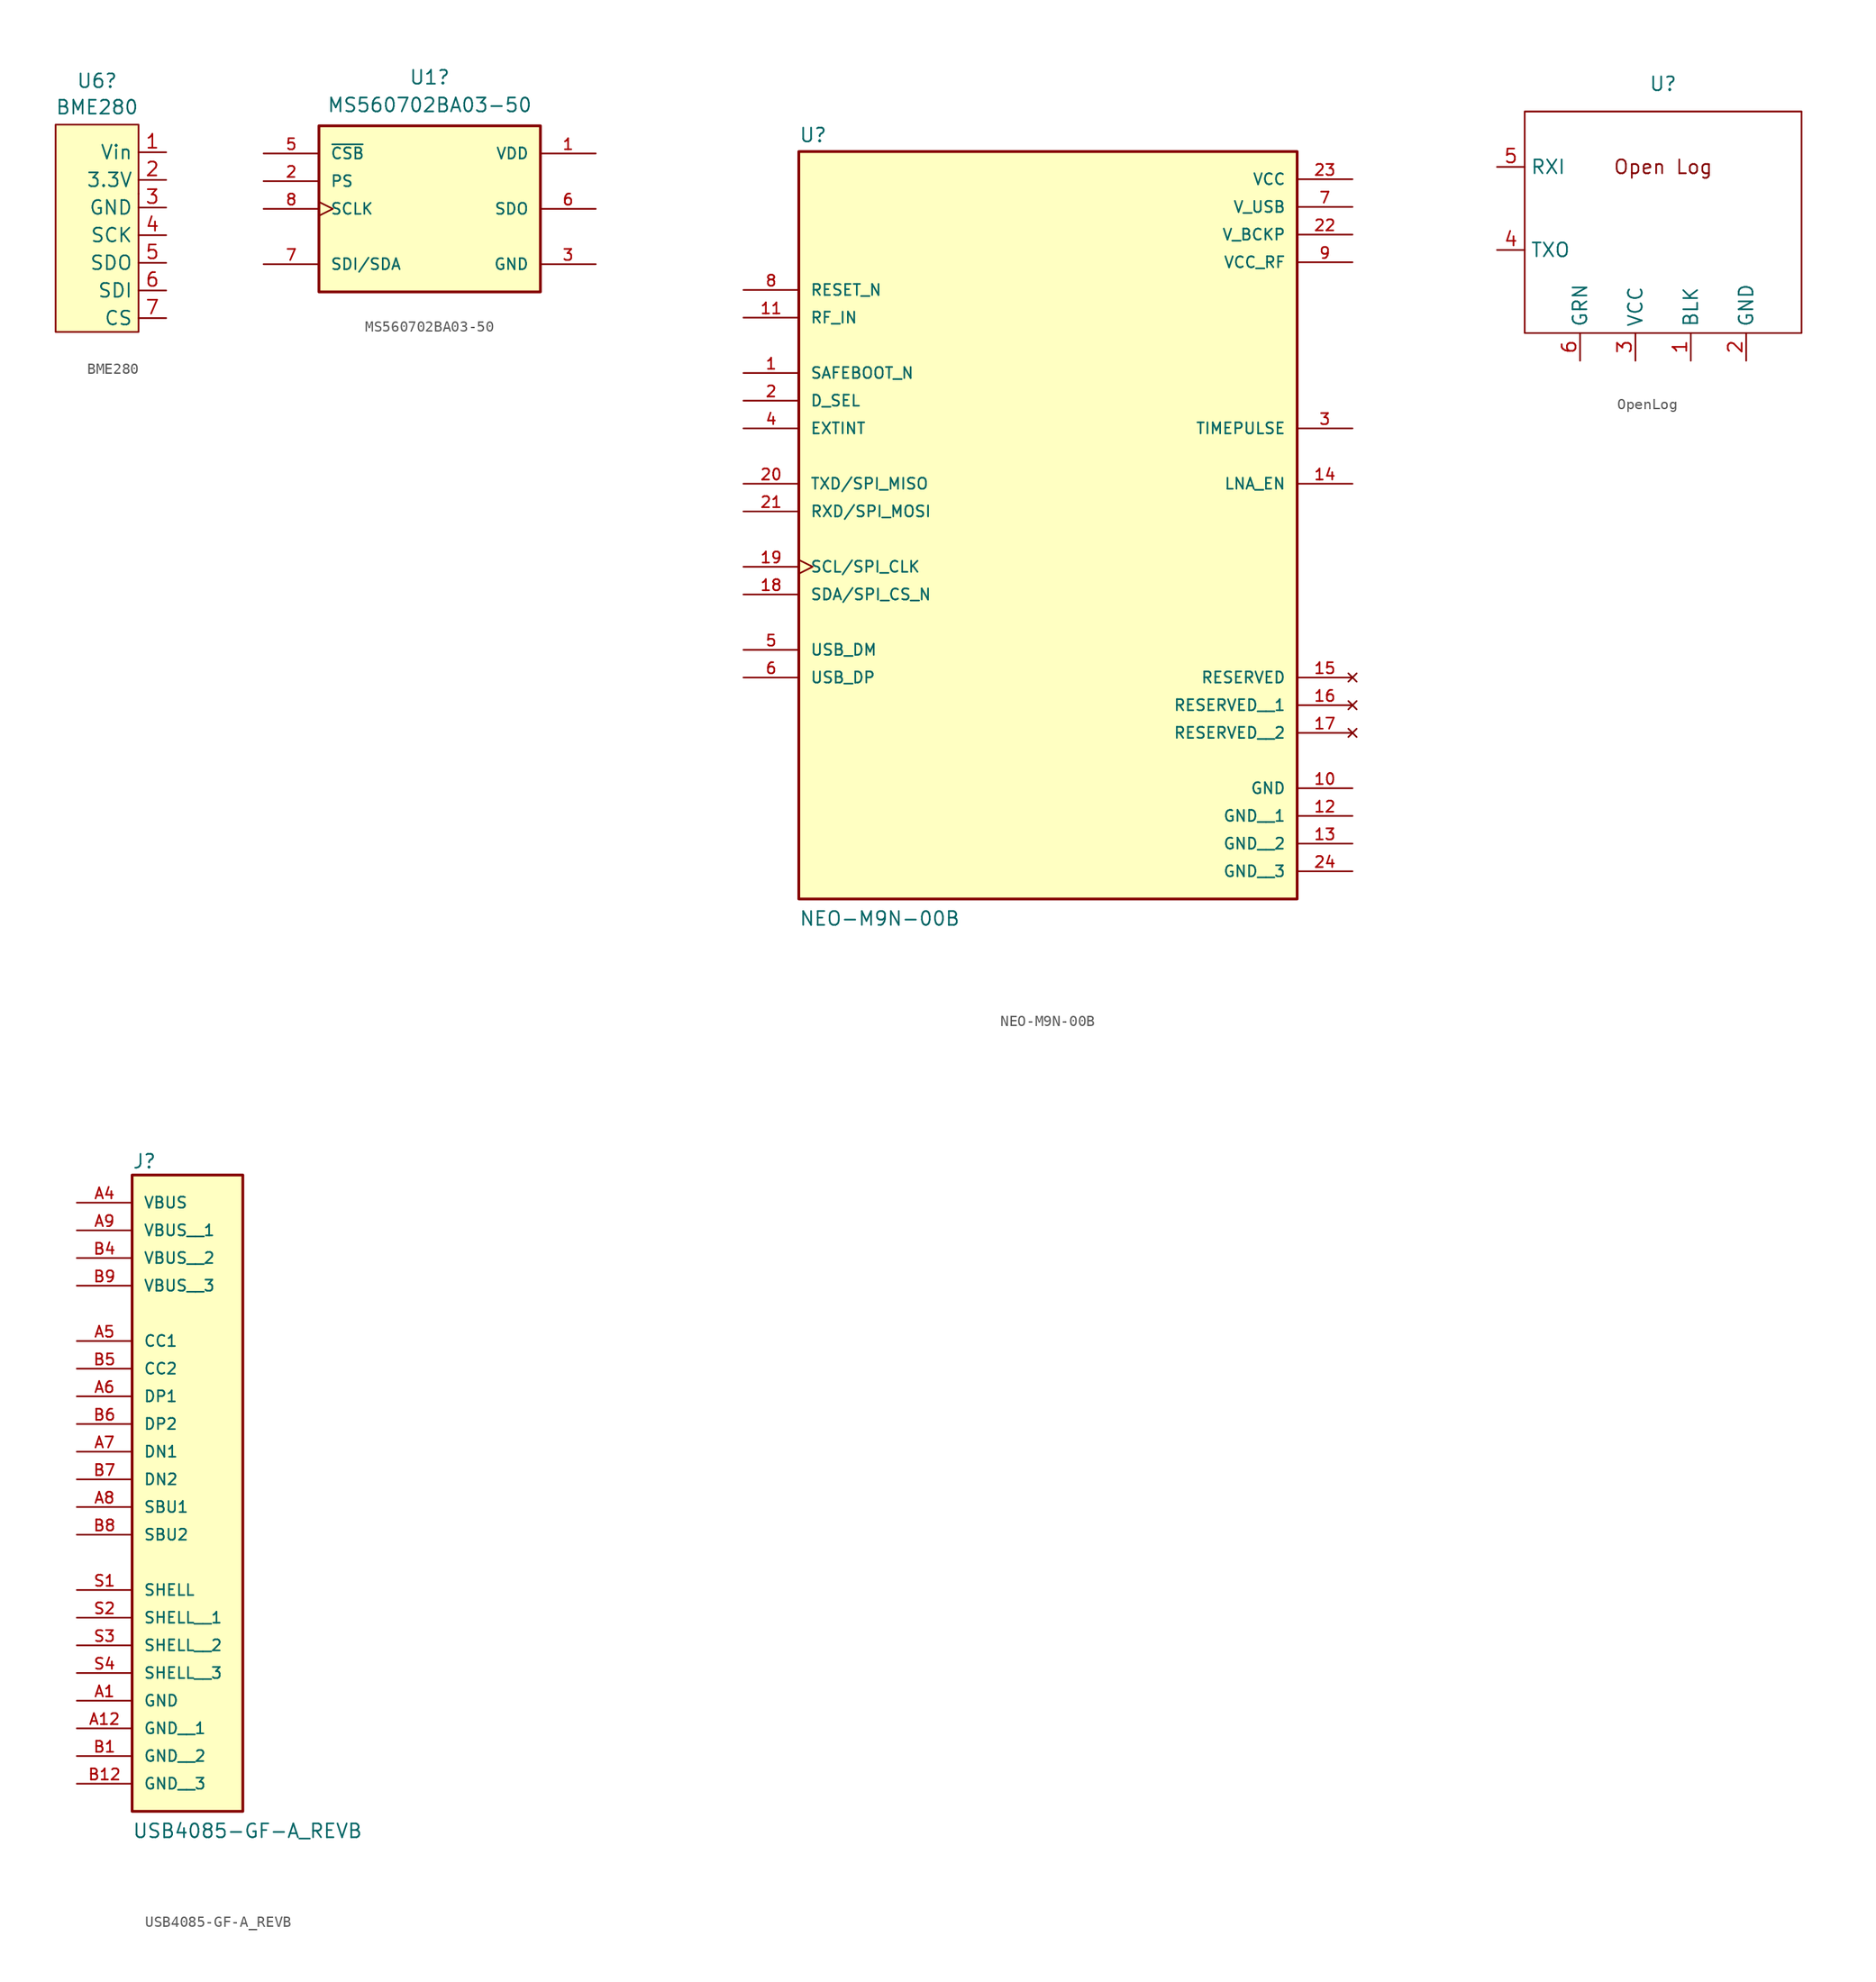
<source format=kicad_sym>
(kicad_symbol_lib
  (version 20220914)
  (generator kicad_symbol_editor)
  (symbol "BME280"
    (property "Reference" "U6"
      (at 0 2.747 0)
      (effects (font (size 1.27 1.27))))
    (property "Value" "BME280"
      (at 0 0.323 0)
      (effects (font (size 1.27 1.27))))
    (symbol "BME280_0_1"
      (rectangle (start 3.81 -7.62) (end 3.81 -7.62) (stroke (width 0) (type default)) (fill (type none))))
    (symbol "BME280_1_1"
      (rectangle (start -3.81 -1.27) (end 3.81 -20.32) (stroke (width 0) (type default)) (fill (type background)))
      (pin power_in line (at 6.35 -3.81 180) (length 2.54) (name "Vin" (effects (font (size 1.27 1.27)))) (number "1" (effects (font (size 1.27 1.27)))))
      (pin power_out line (at 6.35 -6.35 180) (length 2.54) (name "3.3V" (effects (font (size 1.27 1.27)))) (number "2" (effects (font (size 1.27 1.27)))))
      (pin passive line (at 6.35 -8.89 180) (length 2.54) (name "GND" (effects (font (size 1.27 1.27)))) (number "3" (effects (font (size 1.27 1.27)))))
      (pin passive line (at 6.35 -11.43 180) (length 2.54) (name "SCK" (effects (font (size 1.27 1.27)))) (number "4" (effects (font (size 1.27 1.27)))))
      (pin passive line (at 6.35 -13.97 180) (length 2.54) (name "SDO" (effects (font (size 1.27 1.27)))) (number "5" (effects (font (size 1.27 1.27)))))
      (pin passive line (at 6.35 -16.51 180) (length 2.54) (name "SDI" (effects (font (size 1.27 1.27)))) (number "6" (effects (font (size 1.27 1.27)))))
      (pin passive line (at 6.35 -19.05 180) (length 2.54) (name "CS" (effects (font (size 1.27 1.27)))) (number "7" (effects (font (size 1.27 1.27)))))))
  (symbol "MS560702BA03-50"
    (pin_names
      (offset 1.016))
    (property "Reference" "U1"
      (at 0 12.065 0)
      (effects (font (size 1.27 1.27))))
    (property "Value" "MS560702BA03-50"
      (at 0 9.525 0)
      (effects (font (size 1.27 1.27))))
    (symbol "MS560702BA03-50_0_0"
      (rectangle (start -10.16 -7.62) (end 10.16 7.62) (stroke (width 0.254) (type default)) (fill (type background)))
      (pin power_in line (at 15.24 5.08 180) (length 5.08) (name "VDD" (effects (font (size 1.016 1.016)))) (number "1" (effects (font (size 1.016 1.016)))))
      (pin input line (at -15.24 2.54 0) (length 5.08) (name "PS" (effects (font (size 1.016 1.016)))) (number "2" (effects (font (size 1.016 1.016)))))
      (pin power_in line (at 15.24 -5.08 180) (length 5.08) (name "GND" (effects (font (size 1.016 1.016)))) (number "3" (effects (font (size 1.016 1.016)))))
      (pin input line (at -15.24 5.08 0) (length 5.08) (name "~{CSB}" (effects (font (size 1.016 1.016)))) (number "5" (effects (font (size 1.016 1.016)))))
      (pin output line (at 15.24 0 180) (length 5.08) (name "SDO" (effects (font (size 1.016 1.016)))) (number "6" (effects (font (size 1.016 1.016)))))
      (pin bidirectional line (at -15.24 -5.08 0) (length 5.08) (name "SDI/SDA" (effects (font (size 1.016 1.016)))) (number "7" (effects (font (size 1.016 1.016)))))
      (pin input clock (at -15.24 0 0) (length 5.08) (name "SCLK" (effects (font (size 1.016 1.016)))) (number "8" (effects (font (size 1.016 1.016)))))))
  (symbol "NEO-M9N-00B"
    (pin_names
      (offset 1.016))
    (property "Reference" "U"
      (at -22.86 28.702 0)
      (effects (font (size 1.27 1.27)) (justify left bottom)))
    (property "Value" "NEO-M9N-00B"
      (at -22.86 -43.18 0)
      (effects (font (size 1.27 1.27)) (justify left bottom)))
    (symbol "NEO-M9N-00B_0_0"
      (rectangle (start -22.86 27.94) (end 22.86 -40.64) (stroke (width 0.254) (type default)) (fill (type background)))
      (pin input line (at -27.94 7.62 0) (length 5.08) (name "SAFEBOOT_N" (effects (font (size 1.016 1.016)))) (number "1" (effects (font (size 1.016 1.016)))))
      (pin power_in line (at 27.94 -30.48 180) (length 5.08) (name "GND" (effects (font (size 1.016 1.016)))) (number "10" (effects (font (size 1.016 1.016)))))
      (pin input line (at -27.94 12.7 0) (length 5.08) (name "RF_IN" (effects (font (size 1.016 1.016)))) (number "11" (effects (font (size 1.016 1.016)))))
      (pin power_in line (at 27.94 -33.02 180) (length 5.08) (name "GND__1" (effects (font (size 1.016 1.016)))) (number "12" (effects (font (size 1.016 1.016)))))
      (pin power_in line (at 27.94 -35.56 180) (length 5.08) (name "GND__2" (effects (font (size 1.016 1.016)))) (number "13" (effects (font (size 1.016 1.016)))))
      (pin output line (at 27.94 -2.54 180) (length 5.08) (name "LNA_EN" (effects (font (size 1.016 1.016)))) (number "14" (effects (font (size 1.016 1.016)))))
      (pin no_connect line (at 27.94 -20.32 180) (length 5.08) (name "RESERVED" (effects (font (size 1.016 1.016)))) (number "15" (effects (font (size 1.016 1.016)))))
      (pin no_connect line (at 27.94 -22.86 180) (length 5.08) (name "RESERVED__1" (effects (font (size 1.016 1.016)))) (number "16" (effects (font (size 1.016 1.016)))))
      (pin no_connect line (at 27.94 -25.4 180) (length 5.08) (name "RESERVED__2" (effects (font (size 1.016 1.016)))) (number "17" (effects (font (size 1.016 1.016)))))
      (pin bidirectional line (at -27.94 -12.7 0) (length 5.08) (name "SDA/SPI_CS_N" (effects (font (size 1.016 1.016)))) (number "18" (effects (font (size 1.016 1.016)))))
      (pin bidirectional clock (at -27.94 -10.16 0) (length 5.08) (name "SCL/SPI_CLK" (effects (font (size 1.016 1.016)))) (number "19" (effects (font (size 1.016 1.016)))))
      (pin input line (at -27.94 5.08 0) (length 5.08) (name "D_SEL" (effects (font (size 1.016 1.016)))) (number "2" (effects (font (size 1.016 1.016)))))
      (pin output line (at -27.94 -2.54 0) (length 5.08) (name "TXD/SPI_MISO" (effects (font (size 1.016 1.016)))) (number "20" (effects (font (size 1.016 1.016)))))
      (pin input line (at -27.94 -5.08 0) (length 5.08) (name "RXD/SPI_MOSI" (effects (font (size 1.016 1.016)))) (number "21" (effects (font (size 1.016 1.016)))))
      (pin power_in line (at 27.94 20.32 180) (length 5.08) (name "V_BCKP" (effects (font (size 1.016 1.016)))) (number "22" (effects (font (size 1.016 1.016)))))
      (pin power_in line (at 27.94 25.4 180) (length 5.08) (name "VCC" (effects (font (size 1.016 1.016)))) (number "23" (effects (font (size 1.016 1.016)))))
      (pin power_in line (at 27.94 -38.1 180) (length 5.08) (name "GND__3" (effects (font (size 1.016 1.016)))) (number "24" (effects (font (size 1.016 1.016)))))
      (pin output line (at 27.94 2.54 180) (length 5.08) (name "TIMEPULSE" (effects (font (size 1.016 1.016)))) (number "3" (effects (font (size 1.016 1.016)))))
      (pin input line (at -27.94 2.54 0) (length 5.08) (name "EXTINT" (effects (font (size 1.016 1.016)))) (number "4" (effects (font (size 1.016 1.016)))))
      (pin bidirectional line (at -27.94 -17.78 0) (length 5.08) (name "USB_DM" (effects (font (size 1.016 1.016)))) (number "5" (effects (font (size 1.016 1.016)))))
      (pin bidirectional line (at -27.94 -20.32 0) (length 5.08) (name "USB_DP" (effects (font (size 1.016 1.016)))) (number "6" (effects (font (size 1.016 1.016)))))
      (pin power_in line (at 27.94 22.86 180) (length 5.08) (name "V_USB" (effects (font (size 1.016 1.016)))) (number "7" (effects (font (size 1.016 1.016)))))
      (pin input line (at -27.94 15.24 0) (length 5.08) (name "RESET_N" (effects (font (size 1.016 1.016)))) (number "8" (effects (font (size 1.016 1.016)))))
      (pin power_in line (at 27.94 17.78 180) (length 5.08) (name "VCC_RF" (effects (font (size 1.016 1.016)))) (number "9" (effects (font (size 1.016 1.016)))))))
  (symbol "OpenLog"
    (property "Reference" "U"
      (at 0 0 0)
      (effects (font (size 1.27 1.27))))
    (property "Value" ""
      (at 0 0 0)
      (effects (font (size 1.27 1.27))))
    (symbol "OpenLog_0_1"
      (rectangle (start -12.7 -2.54) (end 12.7 -22.86) (stroke (width 0) (type default)) (fill (type none)))
      (rectangle (start -12.7 -2.54) (end 12.7 -2.54) (stroke (width 0) (type default)) (fill (type none))))
    (symbol "OpenLog_1_1"
      (text "Open Log" (at 0 -7.62 0) (effects (font (size 1.27 1.27))))
      (pin input line (at 2.54 -25.4 90) (length 2.54) (name "BLK" (effects (font (size 1.27 1.27)))) (number "1" (effects (font (size 1.27 1.27)))))
      (pin input line (at 7.62 -25.4 90) (length 2.54) (name "GND" (effects (font (size 1.27 1.27)))) (number "2" (effects (font (size 1.27 1.27)))))
      (pin input line (at -2.54 -25.4 90) (length 2.54) (name "VCC" (effects (font (size 1.27 1.27)))) (number "3" (effects (font (size 1.27 1.27)))))
      (pin input line (at -15.24 -15.24 0) (length 2.54) (name "TXO" (effects (font (size 1.27 1.27)))) (number "4" (effects (font (size 1.27 1.27)))))
      (pin input line (at -15.24 -7.62 0) (length 2.54) (name "RXI" (effects (font (size 1.27 1.27)))) (number "5" (effects (font (size 1.27 1.27)))))
      (pin input line (at -7.62 -25.4 90) (length 2.54) (name "GRN" (effects (font (size 1.27 1.27)))) (number "6" (effects (font (size 1.27 1.27)))))))
  (symbol "USB4085-GF-A_REVB"
    (pin_names
      (offset 1.016))
    (property "Reference" "J"
      (at -5.08 18.288 0)
      (effects (font (size 1.27 1.27)) (justify left bottom)))
    (property "Value" "USB4085-GF-A_REVB"
      (at -5.08 -43.18 0)
      (effects (font (size 1.27 1.27)) (justify left bottom)))
    (symbol "USB4085-GF-A_REVB_0_0"
      (rectangle (start -5.08 -40.64) (end 5.08 17.78) (stroke (width 0.254) (type default)) (fill (type background)))
      (pin power_in line (at -10.16 -30.48 0) (length 5.08) (name "GND" (effects (font (size 1.016 1.016)))) (number "A1" (effects (font (size 1.016 1.016)))))
      (pin power_in line (at -10.16 -33.02 0) (length 5.08) (name "GND__1" (effects (font (size 1.016 1.016)))) (number "A12" (effects (font (size 1.016 1.016)))))
      (pin power_in line (at -10.16 15.24 0) (length 5.08) (name "VBUS" (effects (font (size 1.016 1.016)))) (number "A4" (effects (font (size 1.016 1.016)))))
      (pin bidirectional line (at -10.16 2.54 0) (length 5.08) (name "CC1" (effects (font (size 1.016 1.016)))) (number "A5" (effects (font (size 1.016 1.016)))))
      (pin bidirectional line (at -10.16 -2.54 0) (length 5.08) (name "DP1" (effects (font (size 1.016 1.016)))) (number "A6" (effects (font (size 1.016 1.016)))))
      (pin bidirectional line (at -10.16 -7.62 0) (length 5.08) (name "DN1" (effects (font (size 1.016 1.016)))) (number "A7" (effects (font (size 1.016 1.016)))))
      (pin bidirectional line (at -10.16 -12.7 0) (length 5.08) (name "SBU1" (effects (font (size 1.016 1.016)))) (number "A8" (effects (font (size 1.016 1.016)))))
      (pin power_in line (at -10.16 12.7 0) (length 5.08) (name "VBUS__1" (effects (font (size 1.016 1.016)))) (number "A9" (effects (font (size 1.016 1.016)))))
      (pin power_in line (at -10.16 -35.56 0) (length 5.08) (name "GND__2" (effects (font (size 1.016 1.016)))) (number "B1" (effects (font (size 1.016 1.016)))))
      (pin power_in line (at -10.16 -38.1 0) (length 5.08) (name "GND__3" (effects (font (size 1.016 1.016)))) (number "B12" (effects (font (size 1.016 1.016)))))
      (pin power_in line (at -10.16 10.16 0) (length 5.08) (name "VBUS__2" (effects (font (size 1.016 1.016)))) (number "B4" (effects (font (size 1.016 1.016)))))
      (pin bidirectional line (at -10.16 0 0) (length 5.08) (name "CC2" (effects (font (size 1.016 1.016)))) (number "B5" (effects (font (size 1.016 1.016)))))
      (pin bidirectional line (at -10.16 -5.08 0) (length 5.08) (name "DP2" (effects (font (size 1.016 1.016)))) (number "B6" (effects (font (size 1.016 1.016)))))
      (pin bidirectional line (at -10.16 -10.16 0) (length 5.08) (name "DN2" (effects (font (size 1.016 1.016)))) (number "B7" (effects (font (size 1.016 1.016)))))
      (pin bidirectional line (at -10.16 -15.24 0) (length 5.08) (name "SBU2" (effects (font (size 1.016 1.016)))) (number "B8" (effects (font (size 1.016 1.016)))))
      (pin power_in line (at -10.16 7.62 0) (length 5.08) (name "VBUS__3" (effects (font (size 1.016 1.016)))) (number "B9" (effects (font (size 1.016 1.016)))))
      (pin passive line (at -10.16 -20.32 0) (length 5.08) (name "SHELL" (effects (font (size 1.016 1.016)))) (number "S1" (effects (font (size 1.016 1.016)))))
      (pin passive line (at -10.16 -22.86 0) (length 5.08) (name "SHELL__1" (effects (font (size 1.016 1.016)))) (number "S2" (effects (font (size 1.016 1.016)))))
      (pin passive line (at -10.16 -25.4 0) (length 5.08) (name "SHELL__2" (effects (font (size 1.016 1.016)))) (number "S3" (effects (font (size 1.016 1.016)))))
      (pin passive line (at -10.16 -27.94 0) (length 5.08) (name "SHELL__3" (effects (font (size 1.016 1.016)))) (number "S4" (effects (font (size 1.016 1.016))))))))
</source>
